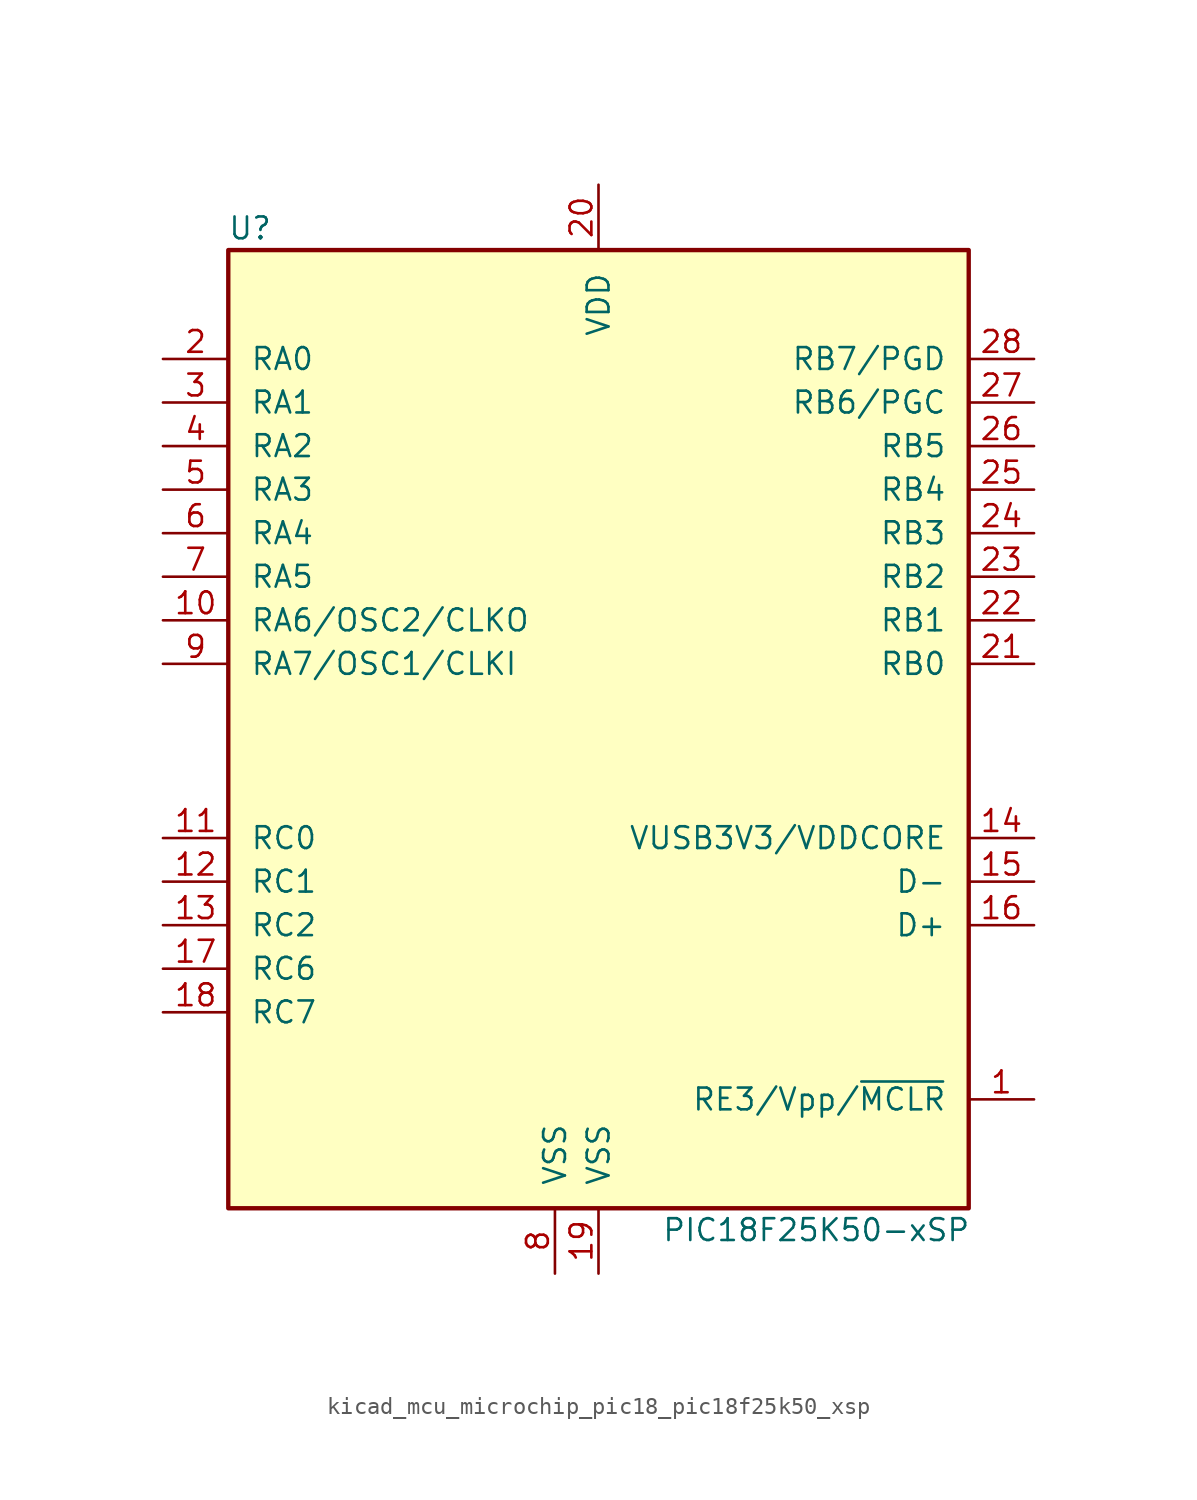
<source format=kicad_sym>
(kicad_symbol_lib
  (version 20220914)
  (generator kicad_symbol_editor)
  (symbol "kicad_mcu_microchip_pic18_pic18f25k50_xsp"
    (pin_names
      (offset 1.27))
    (property "Reference" "U"
      (at -20.32 30.48 0)
      (effects (font (size 1.27 1.27))))
    (property "Value" "PIC18F25K50-xSP"
      (at 12.7 -27.94 0)
      (effects (font (size 1.27 1.27))))
    (symbol "kicad_mcu_microchip_pic18_pic18f25k50_xsp_0_1"
      (rectangle (start -21.59 29.21) (end 21.59 -26.67) (stroke (width 0.254) (type default)) (fill (type background))))
    (symbol "kicad_mcu_microchip_pic18_pic18f25k50_xsp_1_1"
      (pin input line (at 25.4 -20.32 180) (length 3.81) (name "RE3/Vpp/~{MCLR}" (effects (font (size 1.27 1.27)))) (number "1" (effects (font (size 1.27 1.27)))))
      (pin output line (at -25.4 7.62 0) (length 3.81) (name "RA6/OSC2/CLKO" (effects (font (size 1.27 1.27)))) (number "10" (effects (font (size 1.27 1.27)))))
      (pin bidirectional line (at -25.4 -5.08 0) (length 3.81) (name "RC0" (effects (font (size 1.27 1.27)))) (number "11" (effects (font (size 1.27 1.27)))))
      (pin bidirectional line (at -25.4 -7.62 0) (length 3.81) (name "RC1" (effects (font (size 1.27 1.27)))) (number "12" (effects (font (size 1.27 1.27)))))
      (pin bidirectional line (at -25.4 -10.16 0) (length 3.81) (name "RC2" (effects (font (size 1.27 1.27)))) (number "13" (effects (font (size 1.27 1.27)))))
      (pin bidirectional line (at 25.4 -5.08 180) (length 3.81) (name "VUSB3V3/VDDCORE" (effects (font (size 1.27 1.27)))) (number "14" (effects (font (size 1.27 1.27)))))
      (pin bidirectional line (at 25.4 -7.62 180) (length 3.81) (name "D-" (effects (font (size 1.27 1.27)))) (number "15" (effects (font (size 1.27 1.27)))))
      (pin bidirectional line (at 25.4 -10.16 180) (length 3.81) (name "D+" (effects (font (size 1.27 1.27)))) (number "16" (effects (font (size 1.27 1.27)))))
      (pin bidirectional line (at -25.4 -12.7 0) (length 3.81) (name "RC6" (effects (font (size 1.27 1.27)))) (number "17" (effects (font (size 1.27 1.27)))))
      (pin bidirectional line (at -25.4 -15.24 0) (length 3.81) (name "RC7" (effects (font (size 1.27 1.27)))) (number "18" (effects (font (size 1.27 1.27)))))
      (pin power_in line (at 0 -30.48 90) (length 3.81) (name "VSS" (effects (font (size 1.27 1.27)))) (number "19" (effects (font (size 1.27 1.27)))))
      (pin bidirectional line (at -25.4 22.86 0) (length 3.81) (name "RA0" (effects (font (size 1.27 1.27)))) (number "2" (effects (font (size 1.27 1.27)))))
      (pin power_in line (at 0 33.02 270) (length 3.81) (name "VDD" (effects (font (size 1.27 1.27)))) (number "20" (effects (font (size 1.27 1.27)))))
      (pin bidirectional line (at 25.4 5.08 180) (length 3.81) (name "RB0" (effects (font (size 1.27 1.27)))) (number "21" (effects (font (size 1.27 1.27)))))
      (pin bidirectional line (at 25.4 7.62 180) (length 3.81) (name "RB1" (effects (font (size 1.27 1.27)))) (number "22" (effects (font (size 1.27 1.27)))))
      (pin bidirectional line (at 25.4 10.16 180) (length 3.81) (name "RB2" (effects (font (size 1.27 1.27)))) (number "23" (effects (font (size 1.27 1.27)))))
      (pin bidirectional line (at 25.4 12.7 180) (length 3.81) (name "RB3" (effects (font (size 1.27 1.27)))) (number "24" (effects (font (size 1.27 1.27)))))
      (pin bidirectional line (at 25.4 15.24 180) (length 3.81) (name "RB4" (effects (font (size 1.27 1.27)))) (number "25" (effects (font (size 1.27 1.27)))))
      (pin bidirectional line (at 25.4 17.78 180) (length 3.81) (name "RB5" (effects (font (size 1.27 1.27)))) (number "26" (effects (font (size 1.27 1.27)))))
      (pin bidirectional line (at 25.4 20.32 180) (length 3.81) (name "RB6/PGC" (effects (font (size 1.27 1.27)))) (number "27" (effects (font (size 1.27 1.27)))))
      (pin bidirectional line (at 25.4 22.86 180) (length 3.81) (name "RB7/PGD" (effects (font (size 1.27 1.27)))) (number "28" (effects (font (size 1.27 1.27)))))
      (pin bidirectional line (at -25.4 20.32 0) (length 3.81) (name "RA1" (effects (font (size 1.27 1.27)))) (number "3" (effects (font (size 1.27 1.27)))))
      (pin bidirectional line (at -25.4 17.78 0) (length 3.81) (name "RA2" (effects (font (size 1.27 1.27)))) (number "4" (effects (font (size 1.27 1.27)))))
      (pin bidirectional line (at -25.4 15.24 0) (length 3.81) (name "RA3" (effects (font (size 1.27 1.27)))) (number "5" (effects (font (size 1.27 1.27)))))
      (pin bidirectional line (at -25.4 12.7 0) (length 3.81) (name "RA4" (effects (font (size 1.27 1.27)))) (number "6" (effects (font (size 1.27 1.27)))))
      (pin bidirectional line (at -25.4 10.16 0) (length 3.81) (name "RA5" (effects (font (size 1.27 1.27)))) (number "7" (effects (font (size 1.27 1.27)))))
      (pin power_in line (at -2.54 -30.48 90) (length 3.81) (name "VSS" (effects (font (size 1.27 1.27)))) (number "8" (effects (font (size 1.27 1.27)))))
      (pin input line (at -25.4 5.08 0) (length 3.81) (name "RA7/OSC1/CLKI" (effects (font (size 1.27 1.27)))) (number "9" (effects (font (size 1.27 1.27))))))))
</source>
